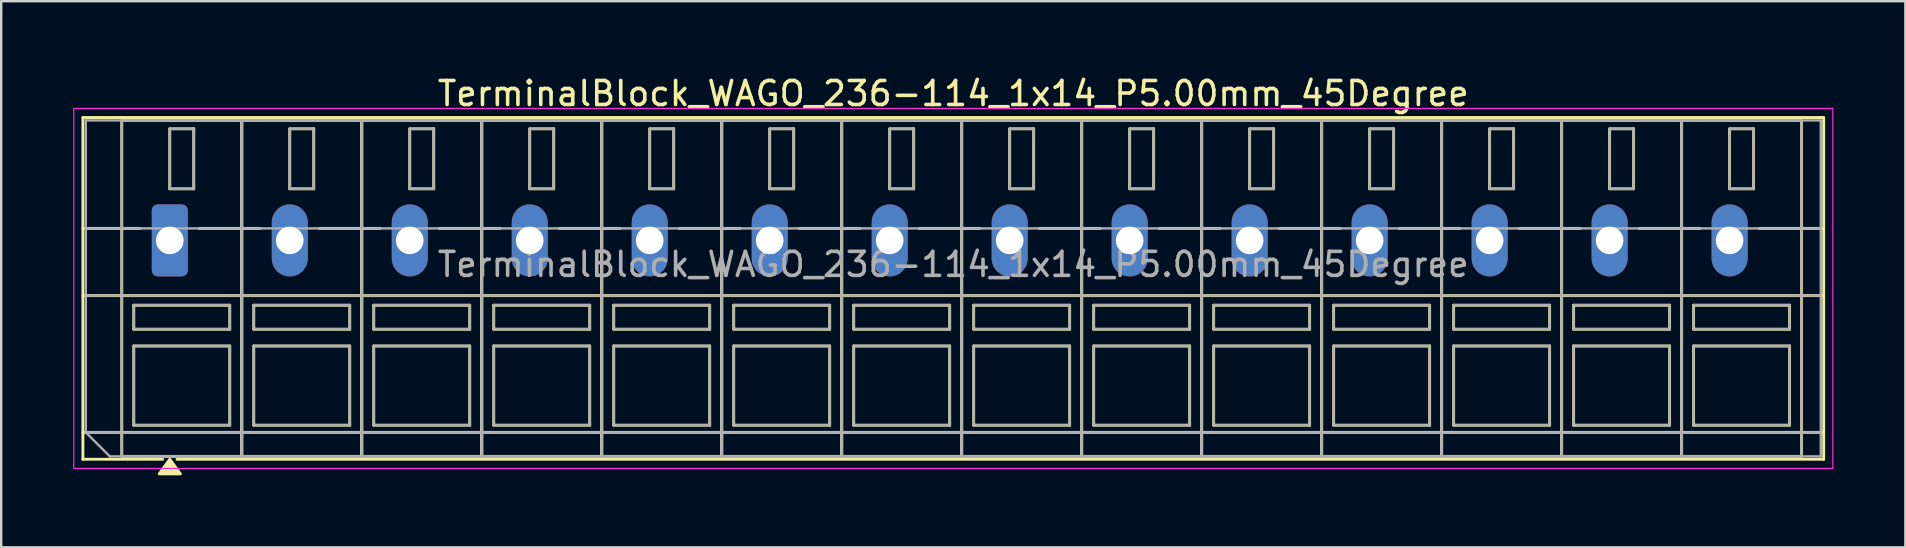
<source format=kicad_pcb>
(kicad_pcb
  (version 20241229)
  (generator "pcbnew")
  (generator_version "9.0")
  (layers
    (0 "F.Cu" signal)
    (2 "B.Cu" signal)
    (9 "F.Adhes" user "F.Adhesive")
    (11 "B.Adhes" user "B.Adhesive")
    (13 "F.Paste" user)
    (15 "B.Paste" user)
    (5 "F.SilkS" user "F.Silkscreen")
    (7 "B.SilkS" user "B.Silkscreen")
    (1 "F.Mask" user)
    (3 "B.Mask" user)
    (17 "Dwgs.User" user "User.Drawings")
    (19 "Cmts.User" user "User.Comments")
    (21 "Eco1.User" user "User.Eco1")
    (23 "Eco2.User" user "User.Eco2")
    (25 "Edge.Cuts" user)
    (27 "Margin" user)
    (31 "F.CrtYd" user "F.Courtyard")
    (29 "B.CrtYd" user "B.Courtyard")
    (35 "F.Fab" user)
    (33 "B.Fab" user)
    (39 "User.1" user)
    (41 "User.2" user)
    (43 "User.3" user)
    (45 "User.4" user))
  (footprint "TerminalBlock_WAGO_236-114_1x14_P5.00mm_45Degree"
    (layer "F.Cu")
    (at 4.025 6.968)
    (property "Reference" "TerminalBlock_WAGO_236-114_1x14_P5.00mm_45Degree" (at 32.65 -6.12 0) (layer "F.SilkS") (effects (font (size 1 1) (thickness 0.15))))
    (attr through_hole)
    (fp_line (start -3.62 -5.12) (end 68.92 -5.12) (stroke (width 0.12) (type solid)) (layer "F.SilkS"))
    (fp_line (start -3.62 -0.5) (end -1.23 -0.5) (stroke (width 0.12) (type solid)) (layer "F.SilkS"))
    (fp_line (start -3.62 2.3) (end 68.92 2.3) (stroke (width 0.12) (type solid)) (layer "F.SilkS"))
    (fp_line (start -3.62 8) (end 68.92 8) (stroke (width 0.12) (type solid)) (layer "F.SilkS"))
    (fp_line (start -3.62 9.12) (end -3.62 -5.12) (stroke (width 0.12) (type solid)) (layer "F.SilkS"))
    (fp_line (start -2 -5) (end 3 -5) (stroke (width 0.12) (type solid)) (layer "F.SilkS"))
    (fp_line (start -2 9) (end -2 -5) (stroke (width 0.12) (type solid)) (layer "F.SilkS"))
    (fp_line (start -1.5 2.7) (end 2.5 2.7) (stroke (width 0.12) (type solid)) (layer "F.SilkS"))
    (fp_line (start -1.5 3.7) (end -1.5 2.7) (stroke (width 0.12) (type solid)) (layer "F.SilkS"))
    (fp_line (start -1.5 4.4) (end 2.5 4.4) (stroke (width 0.12) (type solid)) (layer "F.SilkS"))
    (fp_line (start -1.5 7.7) (end -1.5 4.4) (stroke (width 0.12) (type solid)) (layer "F.SilkS"))
    (fp_line (start -0.3 9.12) (end -3.62 9.12) (stroke (width 0.12) (type solid)) (layer "F.SilkS"))
    (fp_line (start 0 -4.65) (end 1 -4.65) (stroke (width 0.12) (type solid)) (layer "F.SilkS"))
    (fp_line (start 0 -2.15) (end 0 -4.65) (stroke (width 0.12) (type solid)) (layer "F.SilkS"))
    (fp_line (start 1 -4.65) (end 1 -2.15) (stroke (width 0.12) (type solid)) (layer "F.SilkS"))
    (fp_line (start 1 -2.15) (end 0 -2.15) (stroke (width 0.12) (type solid)) (layer "F.SilkS"))
    (fp_line (start 1.23 -0.5) (end 3.77 -0.5) (stroke (width 0.12) (type solid)) (layer "F.SilkS"))
    (fp_line (start 2.5 2.7) (end 2.5 3.7) (stroke (width 0.12) (type solid)) (layer "F.SilkS"))
    (fp_line (start 2.5 3.7) (end -1.5 3.7) (stroke (width 0.12) (type solid)) (layer "F.SilkS"))
    (fp_line (start 2.5 4.4) (end 2.5 7.7) (stroke (width 0.12) (type solid)) (layer "F.SilkS"))
    (fp_line (start 2.5 7.7) (end -1.5 7.7) (stroke (width 0.12) (type solid)) (layer "F.SilkS"))
    (fp_line (start 3 -5) (end 3 9) (stroke (width 0.12) (type solid)) (layer "F.SilkS"))
    (fp_line (start 3 -5) (end 8 -5) (stroke (width 0.12) (type solid)) (layer "F.SilkS"))
    (fp_line (start 3 9) (end -2 9) (stroke (width 0.12) (type solid)) (layer "F.SilkS"))
    (fp_line (start 3 9) (end 3 -5) (stroke (width 0.12) (type solid)) (layer "F.SilkS"))
    (fp_line (start 3.5 2.7) (end 7.5 2.7) (stroke (width 0.12) (type solid)) (layer "F.SilkS"))
    (fp_line (start 3.5 3.7) (end 3.5 2.7) (stroke (width 0.12) (type solid)) (layer "F.SilkS"))
    (fp_line (start 3.5 4.4) (end 7.5 4.4) (stroke (width 0.12) (type solid)) (layer "F.SilkS"))
    (fp_line (start 3.5 7.7) (end 3.5 4.4) (stroke (width 0.12) (type solid)) (layer "F.SilkS"))
    (fp_line (start 5 -4.65) (end 6 -4.65) (stroke (width 0.12) (type solid)) (layer "F.SilkS"))
    (fp_line (start 5 -2.15) (end 5 -4.65) (stroke (width 0.12) (type solid)) (layer "F.SilkS"))
    (fp_line (start 6 -4.65) (end 6 -2.15) (stroke (width 0.12) (type solid)) (layer "F.SilkS"))
    (fp_line (start 6 -2.15) (end 5 -2.15) (stroke (width 0.12) (type solid)) (layer "F.SilkS"))
    (fp_line (start 6.23 -0.5) (end 8.77 -0.5) (stroke (width 0.12) (type solid)) (layer "F.SilkS"))
    (fp_line (start 7.5 2.7) (end 7.5 3.7) (stroke (width 0.12) (type solid)) (layer "F.SilkS"))
    (fp_line (start 7.5 3.7) (end 3.5 3.7) (stroke (width 0.12) (type solid)) (layer "F.SilkS"))
    (fp_line (start 7.5 4.4) (end 7.5 7.7) (stroke (width 0.12) (type solid)) (layer "F.SilkS"))
    (fp_line (start 7.5 7.7) (end 3.5 7.7) (stroke (width 0.12) (type solid)) (layer "F.SilkS"))
    (fp_line (start 8 -5) (end 8 9) (stroke (width 0.12) (type solid)) (layer "F.SilkS"))
    (fp_line (start 8 -5) (end 13 -5) (stroke (width 0.12) (type solid)) (layer "F.SilkS"))
    (fp_line (start 8 9) (end 3 9) (stroke (width 0.12) (type solid)) (layer "F.SilkS"))
    (fp_line (start 8 9) (end 8 -5) (stroke (width 0.12) (type solid)) (layer "F.SilkS"))
    (fp_line (start 8.5 2.7) (end 12.5 2.7) (stroke (width 0.12) (type solid)) (layer "F.SilkS"))
    (fp_line (start 8.5 3.7) (end 8.5 2.7) (stroke (width 0.12) (type solid)) (layer "F.SilkS"))
    (fp_line (start 8.5 4.4) (end 12.5 4.4) (stroke (width 0.12) (type solid)) (layer "F.SilkS"))
    (fp_line (start 8.5 7.7) (end 8.5 4.4) (stroke (width 0.12) (type solid)) (layer "F.SilkS"))
    (fp_line (start 10 -4.65) (end 11 -4.65) (stroke (width 0.12) (type solid)) (layer "F.SilkS"))
    (fp_line (start 10 -2.15) (end 10 -4.65) (stroke (width 0.12) (type solid)) (layer "F.SilkS"))
    (fp_line (start 11 -4.65) (end 11 -2.15) (stroke (width 0.12) (type solid)) (layer "F.SilkS"))
    (fp_line (start 11 -2.15) (end 10 -2.15) (stroke (width 0.12) (type solid)) (layer "F.SilkS"))
    (fp_line (start 11.23 -0.5) (end 13.77 -0.5) (stroke (width 0.12) (type solid)) (layer "F.SilkS"))
    (fp_line (start 12.5 2.7) (end 12.5 3.7) (stroke (width 0.12) (type solid)) (layer "F.SilkS"))
    (fp_line (start 12.5 3.7) (end 8.5 3.7) (stroke (width 0.12) (type solid)) (layer "F.SilkS"))
    (fp_line (start 12.5 4.4) (end 12.5 7.7) (stroke (width 0.12) (type solid)) (layer "F.SilkS"))
    (fp_line (start 12.5 7.7) (end 8.5 7.7) (stroke (width 0.12) (type solid)) (layer "F.SilkS"))
    (fp_line (start 13 -5) (end 13 9) (stroke (width 0.12) (type solid)) (layer "F.SilkS"))
    (fp_line (start 13 -5) (end 18 -5) (stroke (width 0.12) (type solid)) (layer "F.SilkS"))
    (fp_line (start 13 9) (end 8 9) (stroke (width 0.12) (type solid)) (layer "F.SilkS"))
    (fp_line (start 13 9) (end 13 -5) (stroke (width 0.12) (type solid)) (layer "F.SilkS"))
    (fp_line (start 13.5 2.7) (end 17.5 2.7) (stroke (width 0.12) (type solid)) (layer "F.SilkS"))
    (fp_line (start 13.5 3.7) (end 13.5 2.7) (stroke (width 0.12) (type solid)) (layer "F.SilkS"))
    (fp_line (start 13.5 4.4) (end 17.5 4.4) (stroke (width 0.12) (type solid)) (layer "F.SilkS"))
    (fp_line (start 13.5 7.7) (end 13.5 4.4) (stroke (width 0.12) (type solid)) (layer "F.SilkS"))
    (fp_line (start 15 -4.65) (end 16 -4.65) (stroke (width 0.12) (type solid)) (layer "F.SilkS"))
    (fp_line (start 15 -2.15) (end 15 -4.65) (stroke (width 0.12) (type solid)) (layer "F.SilkS"))
    (fp_line (start 16 -4.65) (end 16 -2.15) (stroke (width 0.12) (type solid)) (layer "F.SilkS"))
    (fp_line (start 16 -2.15) (end 15 -2.15) (stroke (width 0.12) (type solid)) (layer "F.SilkS"))
    (fp_line (start 16.23 -0.5) (end 18.77 -0.5) (stroke (width 0.12) (type solid)) (layer "F.SilkS"))
    (fp_line (start 17.5 2.7) (end 17.5 3.7) (stroke (width 0.12) (type solid)) (layer "F.SilkS"))
    (fp_line (start 17.5 3.7) (end 13.5 3.7) (stroke (width 0.12) (type solid)) (layer "F.SilkS"))
    (fp_line (start 17.5 4.4) (end 17.5 7.7) (stroke (width 0.12) (type solid)) (layer "F.SilkS"))
    (fp_line (start 17.5 7.7) (end 13.5 7.7) (stroke (width 0.12) (type solid)) (layer "F.SilkS"))
    (fp_line (start 18 -5) (end 18 9) (stroke (width 0.12) (type solid)) (layer "F.SilkS"))
    (fp_line (start 18 -5) (end 23 -5) (stroke (width 0.12) (type solid)) (layer "F.SilkS"))
    (fp_line (start 18 9) (end 13 9) (stroke (width 0.12) (type solid)) (layer "F.SilkS"))
    (fp_line (start 18 9) (end 18 -5) (stroke (width 0.12) (type solid)) (layer "F.SilkS"))
    (fp_line (start 18.5 2.7) (end 22.5 2.7) (stroke (width 0.12) (type solid)) (layer "F.SilkS"))
    (fp_line (start 18.5 3.7) (end 18.5 2.7) (stroke (width 0.12) (type solid)) (layer "F.SilkS"))
    (fp_line (start 18.5 4.4) (end 22.5 4.4) (stroke (width 0.12) (type solid)) (layer "F.SilkS"))
    (fp_line (start 18.5 7.7) (end 18.5 4.4) (stroke (width 0.12) (type solid)) (layer "F.SilkS"))
    (fp_line (start 20 -4.65) (end 21 -4.65) (stroke (width 0.12) (type solid)) (layer "F.SilkS"))
    (fp_line (start 20 -2.15) (end 20 -4.65) (stroke (width 0.12) (type solid)) (layer "F.SilkS"))
    (fp_line (start 21 -4.65) (end 21 -2.15) (stroke (width 0.12) (type solid)) (layer "F.SilkS"))
    (fp_line (start 21 -2.15) (end 20 -2.15) (stroke (width 0.12) (type solid)) (layer "F.SilkS"))
    (fp_line (start 21.23 -0.5) (end 23.77 -0.5) (stroke (width 0.12) (type solid)) (layer "F.SilkS"))
    (fp_line (start 22.5 2.7) (end 22.5 3.7) (stroke (width 0.12) (type solid)) (layer "F.SilkS"))
    (fp_line (start 22.5 3.7) (end 18.5 3.7) (stroke (width 0.12) (type solid)) (layer "F.SilkS"))
    (fp_line (start 22.5 4.4) (end 22.5 7.7) (stroke (width 0.12) (type solid)) (layer "F.SilkS"))
    (fp_line (start 22.5 7.7) (end 18.5 7.7) (stroke (width 0.12) (type solid)) (layer "F.SilkS"))
    (fp_line (start 23 -5) (end 23 9) (stroke (width 0.12) (type solid)) (layer "F.SilkS"))
    (fp_line (start 23 -5) (end 28 -5) (stroke (width 0.12) (type solid)) (layer "F.SilkS"))
    (fp_line (start 23 9) (end 18 9) (stroke (width 0.12) (type solid)) (layer "F.SilkS"))
    (fp_line (start 23 9) (end 23 -5) (stroke (width 0.12) (type solid)) (layer "F.SilkS"))
    (fp_line (start 23.5 2.7) (end 27.5 2.7) (stroke (width 0.12) (type solid)) (layer "F.SilkS"))
    (fp_line (start 23.5 3.7) (end 23.5 2.7) (stroke (width 0.12) (type solid)) (layer "F.SilkS"))
    (fp_line (start 23.5 4.4) (end 27.5 4.4) (stroke (width 0.12) (type solid)) (layer "F.SilkS"))
    (fp_line (start 23.5 7.7) (end 23.5 4.4) (stroke (width 0.12) (type solid)) (layer "F.SilkS"))
    (fp_line (start 25 -4.65) (end 26 -4.65) (stroke (width 0.12) (type solid)) (layer "F.SilkS"))
    (fp_line (start 25 -2.15) (end 25 -4.65) (stroke (width 0.12) (type solid)) (layer "F.SilkS"))
    (fp_line (start 26 -4.65) (end 26 -2.15) (stroke (width 0.12) (type solid)) (layer "F.SilkS"))
    (fp_line (start 26 -2.15) (end 25 -2.15) (stroke (width 0.12) (type solid)) (layer "F.SilkS"))
    (fp_line (start 26.23 -0.5) (end 28.77 -0.5) (stroke (width 0.12) (type solid)) (layer "F.SilkS"))
    (fp_line (start 27.5 2.7) (end 27.5 3.7) (stroke (width 0.12) (type solid)) (layer "F.SilkS"))
    (fp_line (start 27.5 3.7) (end 23.5 3.7) (stroke (width 0.12) (type solid)) (layer "F.SilkS"))
    (fp_line (start 27.5 4.4) (end 27.5 7.7) (stroke (width 0.12) (type solid)) (layer "F.SilkS"))
    (fp_line (start 27.5 7.7) (end 23.5 7.7) (stroke (width 0.12) (type solid)) (layer "F.SilkS"))
    (fp_line (start 28 -5) (end 28 9) (stroke (width 0.12) (type solid)) (layer "F.SilkS"))
    (fp_line (start 28 -5) (end 33 -5) (stroke (width 0.12) (type solid)) (layer "F.SilkS"))
    (fp_line (start 28 9) (end 23 9) (stroke (width 0.12) (type solid)) (layer "F.SilkS"))
    (fp_line (start 28 9) (end 28 -5) (stroke (width 0.12) (type solid)) (layer "F.SilkS"))
    (fp_line (start 28.5 2.7) (end 32.5 2.7) (stroke (width 0.12) (type solid)) (layer "F.SilkS"))
    (fp_line (start 28.5 3.7) (end 28.5 2.7) (stroke (width 0.12) (type solid)) (layer "F.SilkS"))
    (fp_line (start 28.5 4.4) (end 32.5 4.4) (stroke (width 0.12) (type solid)) (layer "F.SilkS"))
    (fp_line (start 28.5 7.7) (end 28.5 4.4) (stroke (width 0.12) (type solid)) (layer "F.SilkS"))
    (fp_line (start 30 -4.65) (end 31 -4.65) (stroke (width 0.12) (type solid)) (layer "F.SilkS"))
    (fp_line (start 30 -2.15) (end 30 -4.65) (stroke (width 0.12) (type solid)) (layer "F.SilkS"))
    (fp_line (start 31 -4.65) (end 31 -2.15) (stroke (width 0.12) (type solid)) (layer "F.SilkS"))
    (fp_line (start 31 -2.15) (end 30 -2.15) (stroke (width 0.12) (type solid)) (layer "F.SilkS"))
    (fp_line (start 31.23 -0.5) (end 33.77 -0.5) (stroke (width 0.12) (type solid)) (layer "F.SilkS"))
    (fp_line (start 32.5 2.7) (end 32.5 3.7) (stroke (width 0.12) (type solid)) (layer "F.SilkS"))
    (fp_line (start 32.5 3.7) (end 28.5 3.7) (stroke (width 0.12) (type solid)) (layer "F.SilkS"))
    (fp_line (start 32.5 4.4) (end 32.5 7.7) (stroke (width 0.12) (type solid)) (layer "F.SilkS"))
    (fp_line (start 32.5 7.7) (end 28.5 7.7) (stroke (width 0.12) (type solid)) (layer "F.SilkS"))
    (fp_line (start 33 -5) (end 33 9) (stroke (width 0.12) (type solid)) (layer "F.SilkS"))
    (fp_line (start 33 -5) (end 38 -5) (stroke (width 0.12) (type solid)) (layer "F.SilkS"))
    (fp_line (start 33 9) (end 28 9) (stroke (width 0.12) (type solid)) (layer "F.SilkS"))
    (fp_line (start 33 9) (end 33 -5) (stroke (width 0.12) (type solid)) (layer "F.SilkS"))
    (fp_line (start 33.5 2.7) (end 37.5 2.7) (stroke (width 0.12) (type solid)) (layer "F.SilkS"))
    (fp_line (start 33.5 3.7) (end 33.5 2.7) (stroke (width 0.12) (type solid)) (layer "F.SilkS"))
    (fp_line (start 33.5 4.4) (end 37.5 4.4) (stroke (width 0.12) (type solid)) (layer "F.SilkS"))
    (fp_line (start 33.5 7.7) (end 33.5 4.4) (stroke (width 0.12) (type solid)) (layer "F.SilkS"))
    (fp_line (start 35 -4.65) (end 36 -4.65) (stroke (width 0.12) (type solid)) (layer "F.SilkS"))
    (fp_line (start 35 -2.15) (end 35 -4.65) (stroke (width 0.12) (type solid)) (layer "F.SilkS"))
    (fp_line (start 36 -4.65) (end 36 -2.15) (stroke (width 0.12) (type solid)) (layer "F.SilkS"))
    (fp_line (start 36 -2.15) (end 35 -2.15) (stroke (width 0.12) (type solid)) (layer "F.SilkS"))
    (fp_line (start 36.23 -0.5) (end 38.77 -0.5) (stroke (width 0.12) (type solid)) (layer "F.SilkS"))
    (fp_line (start 37.5 2.7) (end 37.5 3.7) (stroke (width 0.12) (type solid)) (layer "F.SilkS"))
    (fp_line (start 37.5 3.7) (end 33.5 3.7) (stroke (width 0.12) (type solid)) (layer "F.SilkS"))
    (fp_line (start 37.5 4.4) (end 37.5 7.7) (stroke (width 0.12) (type solid)) (layer "F.SilkS"))
    (fp_line (start 37.5 7.7) (end 33.5 7.7) (stroke (width 0.12) (type solid)) (layer "F.SilkS"))
    (fp_line (start 38 -5) (end 38 9) (stroke (width 0.12) (type solid)) (layer "F.SilkS"))
    (fp_line (start 38 -5) (end 43 -5) (stroke (width 0.12) (type solid)) (layer "F.SilkS"))
    (fp_line (start 38 9) (end 33 9) (stroke (width 0.12) (type solid)) (layer "F.SilkS"))
    (fp_line (start 38 9) (end 38 -5) (stroke (width 0.12) (type solid)) (layer "F.SilkS"))
    (fp_line (start 38.5 2.7) (end 42.5 2.7) (stroke (width 0.12) (type solid)) (layer "F.SilkS"))
    (fp_line (start 38.5 3.7) (end 38.5 2.7) (stroke (width 0.12) (type solid)) (layer "F.SilkS"))
    (fp_line (start 38.5 4.4) (end 42.5 4.4) (stroke (width 0.12) (type solid)) (layer "F.SilkS"))
    (fp_line (start 38.5 7.7) (end 38.5 4.4) (stroke (width 0.12) (type solid)) (layer "F.SilkS"))
    (fp_line (start 40 -4.65) (end 41 -4.65) (stroke (width 0.12) (type solid)) (layer "F.SilkS"))
    (fp_line (start 40 -2.15) (end 40 -4.65) (stroke (width 0.12) (type solid)) (layer "F.SilkS"))
    (fp_line (start 41 -4.65) (end 41 -2.15) (stroke (width 0.12) (type solid)) (layer "F.SilkS"))
    (fp_line (start 41 -2.15) (end 40 -2.15) (stroke (width 0.12) (type solid)) (layer "F.SilkS"))
    (fp_line (start 41.23 -0.5) (end 43.77 -0.5) (stroke (width 0.12) (type solid)) (layer "F.SilkS"))
    (fp_line (start 42.5 2.7) (end 42.5 3.7) (stroke (width 0.12) (type solid)) (layer "F.SilkS"))
    (fp_line (start 42.5 3.7) (end 38.5 3.7) (stroke (width 0.12) (type solid)) (layer "F.SilkS"))
    (fp_line (start 42.5 4.4) (end 42.5 7.7) (stroke (width 0.12) (type solid)) (layer "F.SilkS"))
    (fp_line (start 42.5 7.7) (end 38.5 7.7) (stroke (width 0.12) (type solid)) (layer "F.SilkS"))
    (fp_line (start 43 -5) (end 43 9) (stroke (width 0.12) (type solid)) (layer "F.SilkS"))
    (fp_line (start 43 -5) (end 48 -5) (stroke (width 0.12) (type solid)) (layer "F.SilkS"))
    (fp_line (start 43 9) (end 38 9) (stroke (width 0.12) (type solid)) (layer "F.SilkS"))
    (fp_line (start 43 9) (end 43 -5) (stroke (width 0.12) (type solid)) (layer "F.SilkS"))
    (fp_line (start 43.5 2.7) (end 47.5 2.7) (stroke (width 0.12) (type solid)) (layer "F.SilkS"))
    (fp_line (start 43.5 3.7) (end 43.5 2.7) (stroke (width 0.12) (type solid)) (layer "F.SilkS"))
    (fp_line (start 43.5 4.4) (end 47.5 4.4) (stroke (width 0.12) (type solid)) (layer "F.SilkS"))
    (fp_line (start 43.5 7.7) (end 43.5 4.4) (stroke (width 0.12) (type solid)) (layer "F.SilkS"))
    (fp_line (start 45 -4.65) (end 46 -4.65) (stroke (width 0.12) (type solid)) (layer "F.SilkS"))
    (fp_line (start 45 -2.15) (end 45 -4.65) (stroke (width 0.12) (type solid)) (layer "F.SilkS"))
    (fp_line (start 46 -4.65) (end 46 -2.15) (stroke (width 0.12) (type solid)) (layer "F.SilkS"))
    (fp_line (start 46 -2.15) (end 45 -2.15) (stroke (width 0.12) (type solid)) (layer "F.SilkS"))
    (fp_line (start 46.23 -0.5) (end 48.77 -0.5) (stroke (width 0.12) (type solid)) (layer "F.SilkS"))
    (fp_line (start 47.5 2.7) (end 47.5 3.7) (stroke (width 0.12) (type solid)) (layer "F.SilkS"))
    (fp_line (start 47.5 3.7) (end 43.5 3.7) (stroke (width 0.12) (type solid)) (layer "F.SilkS"))
    (fp_line (start 47.5 4.4) (end 47.5 7.7) (stroke (width 0.12) (type solid)) (layer "F.SilkS"))
    (fp_line (start 47.5 7.7) (end 43.5 7.7) (stroke (width 0.12) (type solid)) (layer "F.SilkS"))
    (fp_line (start 48 -5) (end 48 9) (stroke (width 0.12) (type solid)) (layer "F.SilkS"))
    (fp_line (start 48 -5) (end 53 -5) (stroke (width 0.12) (type solid)) (layer "F.SilkS"))
    (fp_line (start 48 9) (end 43 9) (stroke (width 0.12) (type solid)) (layer "F.SilkS"))
    (fp_line (start 48 9) (end 48 -5) (stroke (width 0.12) (type solid)) (layer "F.SilkS"))
    (fp_line (start 48.5 2.7) (end 52.5 2.7) (stroke (width 0.12) (type solid)) (layer "F.SilkS"))
    (fp_line (start 48.5 3.7) (end 48.5 2.7) (stroke (width 0.12) (type solid)) (layer "F.SilkS"))
    (fp_line (start 48.5 4.4) (end 52.5 4.4) (stroke (width 0.12) (type solid)) (layer "F.SilkS"))
    (fp_line (start 48.5 7.7) (end 48.5 4.4) (stroke (width 0.12) (type solid)) (layer "F.SilkS"))
    (fp_line (start 50 -4.65) (end 51 -4.65) (stroke (width 0.12) (type solid)) (layer "F.SilkS"))
    (fp_line (start 50 -2.15) (end 50 -4.65) (stroke (width 0.12) (type solid)) (layer "F.SilkS"))
    (fp_line (start 51 -4.65) (end 51 -2.15) (stroke (width 0.12) (type solid)) (layer "F.SilkS"))
    (fp_line (start 51 -2.15) (end 50 -2.15) (stroke (width 0.12) (type solid)) (layer "F.SilkS"))
    (fp_line (start 51.23 -0.5) (end 53.77 -0.5) (stroke (width 0.12) (type solid)) (layer "F.SilkS"))
    (fp_line (start 52.5 2.7) (end 52.5 3.7) (stroke (width 0.12) (type solid)) (layer "F.SilkS"))
    (fp_line (start 52.5 3.7) (end 48.5 3.7) (stroke (width 0.12) (type solid)) (layer "F.SilkS"))
    (fp_line (start 52.5 4.4) (end 52.5 7.7) (stroke (width 0.12) (type solid)) (layer "F.SilkS"))
    (fp_line (start 52.5 7.7) (end 48.5 7.7) (stroke (width 0.12) (type solid)) (layer "F.SilkS"))
    (fp_line (start 53 -5) (end 53 9) (stroke (width 0.12) (type solid)) (layer "F.SilkS"))
    (fp_line (start 53 -5) (end 58 -5) (stroke (width 0.12) (type solid)) (layer "F.SilkS"))
    (fp_line (start 53 9) (end 48 9) (stroke (width 0.12) (type solid)) (layer "F.SilkS"))
    (fp_line (start 53 9) (end 53 -5) (stroke (width 0.12) (type solid)) (layer "F.SilkS"))
    (fp_line (start 53.5 2.7) (end 57.5 2.7) (stroke (width 0.12) (type solid)) (layer "F.SilkS"))
    (fp_line (start 53.5 3.7) (end 53.5 2.7) (stroke (width 0.12) (type solid)) (layer "F.SilkS"))
    (fp_line (start 53.5 4.4) (end 57.5 4.4) (stroke (width 0.12) (type solid)) (layer "F.SilkS"))
    (fp_line (start 53.5 7.7) (end 53.5 4.4) (stroke (width 0.12) (type solid)) (layer "F.SilkS"))
    (fp_line (start 55 -4.65) (end 56 -4.65) (stroke (width 0.12) (type solid)) (layer "F.SilkS"))
    (fp_line (start 55 -2.15) (end 55 -4.65) (stroke (width 0.12) (type solid)) (layer "F.SilkS"))
    (fp_line (start 56 -4.65) (end 56 -2.15) (stroke (width 0.12) (type solid)) (layer "F.SilkS"))
    (fp_line (start 56 -2.15) (end 55 -2.15) (stroke (width 0.12) (type solid)) (layer "F.SilkS"))
    (fp_line (start 56.23 -0.5) (end 58.77 -0.5) (stroke (width 0.12) (type solid)) (layer "F.SilkS"))
    (fp_line (start 57.5 2.7) (end 57.5 3.7) (stroke (width 0.12) (type solid)) (layer "F.SilkS"))
    (fp_line (start 57.5 3.7) (end 53.5 3.7) (stroke (width 0.12) (type solid)) (layer "F.SilkS"))
    (fp_line (start 57.5 4.4) (end 57.5 7.7) (stroke (width 0.12) (type solid)) (layer "F.SilkS"))
    (fp_line (start 57.5 7.7) (end 53.5 7.7) (stroke (width 0.12) (type solid)) (layer "F.SilkS"))
    (fp_line (start 58 -5) (end 58 9) (stroke (width 0.12) (type solid)) (layer "F.SilkS"))
    (fp_line (start 58 -5) (end 63 -5) (stroke (width 0.12) (type solid)) (layer "F.SilkS"))
    (fp_line (start 58 9) (end 53 9) (stroke (width 0.12) (type solid)) (layer "F.SilkS"))
    (fp_line (start 58 9) (end 58 -5) (stroke (width 0.12) (type solid)) (layer "F.SilkS"))
    (fp_line (start 58.5 2.7) (end 62.5 2.7) (stroke (width 0.12) (type solid)) (layer "F.SilkS"))
    (fp_line (start 58.5 3.7) (end 58.5 2.7) (stroke (width 0.12) (type solid)) (layer "F.SilkS"))
    (fp_line (start 58.5 4.4) (end 62.5 4.4) (stroke (width 0.12) (type solid)) (layer "F.SilkS"))
    (fp_line (start 58.5 7.7) (end 58.5 4.4) (stroke (width 0.12) (type solid)) (layer "F.SilkS"))
    (fp_line (start 60 -4.65) (end 61 -4.65) (stroke (width 0.12) (type solid)) (layer "F.SilkS"))
    (fp_line (start 60 -2.15) (end 60 -4.65) (stroke (width 0.12) (type solid)) (layer "F.SilkS"))
    (fp_line (start 61 -4.65) (end 61 -2.15) (stroke (width 0.12) (type solid)) (layer "F.SilkS"))
    (fp_line (start 61 -2.15) (end 60 -2.15) (stroke (width 0.12) (type solid)) (layer "F.SilkS"))
    (fp_line (start 61.23 -0.5) (end 63.77 -0.5) (stroke (width 0.12) (type solid)) (layer "F.SilkS"))
    (fp_line (start 62.5 2.7) (end 62.5 3.7) (stroke (width 0.12) (type solid)) (layer "F.SilkS"))
    (fp_line (start 62.5 3.7) (end 58.5 3.7) (stroke (width 0.12) (type solid)) (layer "F.SilkS"))
    (fp_line (start 62.5 4.4) (end 62.5 7.7) (stroke (width 0.12) (type solid)) (layer "F.SilkS"))
    (fp_line (start 62.5 7.7) (end 58.5 7.7) (stroke (width 0.12) (type solid)) (layer "F.SilkS"))
    (fp_line (start 63 -5) (end 63 9) (stroke (width 0.12) (type solid)) (layer "F.SilkS"))
    (fp_line (start 63 -5) (end 68 -5) (stroke (width 0.12) (type solid)) (layer "F.SilkS"))
    (fp_line (start 63 9) (end 58 9) (stroke (width 0.12) (type solid)) (layer "F.SilkS"))
    (fp_line (start 63 9) (end 63 -5) (stroke (width 0.12) (type solid)) (layer "F.SilkS"))
    (fp_line (start 63.5 2.7) (end 67.5 2.7) (stroke (width 0.12) (type solid)) (layer "F.SilkS"))
    (fp_line (start 63.5 3.7) (end 63.5 2.7) (stroke (width 0.12) (type solid)) (layer "F.SilkS"))
    (fp_line (start 63.5 4.4) (end 67.5 4.4) (stroke (width 0.12) (type solid)) (layer "F.SilkS"))
    (fp_line (start 63.5 7.7) (end 63.5 4.4) (stroke (width 0.12) (type solid)) (layer "F.SilkS"))
    (fp_line (start 65 -4.65) (end 66 -4.65) (stroke (width 0.12) (type solid)) (layer "F.SilkS"))
    (fp_line (start 65 -2.15) (end 65 -4.65) (stroke (width 0.12) (type solid)) (layer "F.SilkS"))
    (fp_line (start 66 -4.65) (end 66 -2.15) (stroke (width 0.12) (type solid)) (layer "F.SilkS"))
    (fp_line (start 66 -2.15) (end 65 -2.15) (stroke (width 0.12) (type solid)) (layer "F.SilkS"))
    (fp_line (start 66.23 -0.5) (end 68.92 -0.5) (stroke (width 0.12) (type solid)) (layer "F.SilkS"))
    (fp_line (start 67.5 2.7) (end 67.5 3.7) (stroke (width 0.12) (type solid)) (layer "F.SilkS"))
    (fp_line (start 67.5 3.7) (end 63.5 3.7) (stroke (width 0.12) (type solid)) (layer "F.SilkS"))
    (fp_line (start 67.5 4.4) (end 67.5 7.7) (stroke (width 0.12) (type solid)) (layer "F.SilkS"))
    (fp_line (start 67.5 7.7) (end 63.5 7.7) (stroke (width 0.12) (type solid)) (layer "F.SilkS"))
    (fp_line (start 68 -5) (end 68 9) (stroke (width 0.12) (type solid)) (layer "F.SilkS"))
    (fp_line (start 68 9) (end 63 9) (stroke (width 0.12) (type solid)) (layer "F.SilkS"))
    (fp_line (start 68.92 -5.12) (end 68.92 9.12) (stroke (width 0.12) (type solid)) (layer "F.SilkS"))
    (fp_line (start 68.92 9.12) (end 0.3 9.12) (stroke (width 0.12) (type solid)) (layer "F.SilkS"))
    (fp_poly (pts (xy 0 9.12) (xy 0.44 9.73) (xy -0.44 9.73)) (stroke (width 0.12) (type solid)) (fill yes) (layer "F.SilkS"))
    (fp_line (start -4 -5.5) (end -4 9.5) (stroke (width 0.05) (type solid)) (layer "F.CrtYd"))
    (fp_line (start -4 9.5) (end 69.3 9.5) (stroke (width 0.05) (type solid)) (layer "F.CrtYd"))
    (fp_line (start 69.3 -5.5) (end -4 -5.5) (stroke (width 0.05) (type solid)) (layer "F.CrtYd"))
    (fp_line (start 69.3 9.5) (end 69.3 -5.5) (stroke (width 0.05) (type solid)) (layer "F.CrtYd"))
    (fp_line (start -3.5 -5) (end 68.8 -5) (stroke (width 0.1) (type solid)) (layer "F.Fab"))
    (fp_line (start -3.5 -0.5) (end 68.8 -0.5) (stroke (width 0.1) (type solid)) (layer "F.Fab"))
    (fp_line (start -3.5 2.3) (end 68.8 2.3) (stroke (width 0.1) (type solid)) (layer "F.Fab"))
    (fp_line (start -3.5 8) (end -3.5 -5) (stroke (width 0.1) (type solid)) (layer "F.Fab"))
    (fp_line (start -3.5 8) (end 68.8 8) (stroke (width 0.1) (type solid)) (layer "F.Fab"))
    (fp_line (start -2.5 9) (end -3.5 8) (stroke (width 0.1) (type solid)) (layer "F.Fab"))
    (fp_line (start -2 -5) (end -2 9) (stroke (width 0.1) (type solid)) (layer "F.Fab"))
    (fp_line (start -2 9) (end 3 9) (stroke (width 0.1) (type solid)) (layer "F.Fab"))
    (fp_line (start -1.5 2.7) (end -1.5 3.7) (stroke (width 0.1) (type solid)) (layer "F.Fab"))
    (fp_line (start -1.5 3.7) (end 2.5 3.7) (stroke (width 0.1) (type solid)) (layer "F.Fab"))
    (fp_line (start -1.5 4.4) (end -1.5 7.7) (stroke (width 0.1) (type solid)) (layer "F.Fab"))
    (fp_line (start -1.5 7.7) (end 2.5 7.7) (stroke (width 0.1) (type solid)) (layer "F.Fab"))
    (fp_line (start 0 -4.65) (end 0 -2.15) (stroke (width 0.1) (type solid)) (layer "F.Fab"))
    (fp_line (start 0 -2.15) (end 1 -2.15) (stroke (width 0.1) (type solid)) (layer "F.Fab"))
    (fp_line (start 1 -4.65) (end 0 -4.65) (stroke (width 0.1) (type solid)) (layer "F.Fab"))
    (fp_line (start 1 -2.15) (end 1 -4.65) (stroke (width 0.1) (type solid)) (layer "F.Fab"))
    (fp_line (start 2.5 2.7) (end -1.5 2.7) (stroke (width 0.1) (type solid)) (layer "F.Fab"))
    (fp_line (start 2.5 3.7) (end 2.5 2.7) (stroke (width 0.1) (type solid)) (layer "F.Fab"))
    (fp_line (start 2.5 4.4) (end -1.5 4.4) (stroke (width 0.1) (type solid)) (layer "F.Fab"))
    (fp_line (start 2.5 7.7) (end 2.5 4.4) (stroke (width 0.1) (type solid)) (layer "F.Fab"))
    (fp_line (start 3 -5) (end -2 -5) (stroke (width 0.1) (type solid)) (layer "F.Fab"))
    (fp_line (start 3 -5) (end 3 9) (stroke (width 0.1) (type solid)) (layer "F.Fab"))
    (fp_line (start 3 9) (end 3 -5) (stroke (width 0.1) (type solid)) (layer "F.Fab"))
    (fp_line (start 3 9) (end 8 9) (stroke (width 0.1) (type solid)) (layer "F.Fab"))
    (fp_line (start 3.5 2.7) (end 3.5 3.7) (stroke (width 0.1) (type solid)) (layer "F.Fab"))
    (fp_line (start 3.5 3.7) (end 7.5 3.7) (stroke (width 0.1) (type solid)) (layer "F.Fab"))
    (fp_line (start 3.5 4.4) (end 3.5 7.7) (stroke (width 0.1) (type solid)) (layer "F.Fab"))
    (fp_line (start 3.5 7.7) (end 7.5 7.7) (stroke (width 0.1) (type solid)) (layer "F.Fab"))
    (fp_line (start 5 -4.65) (end 5 -2.15) (stroke (width 0.1) (type solid)) (layer "F.Fab"))
    (fp_line (start 5 -2.15) (end 6 -2.15) (stroke (width 0.1) (type solid)) (layer "F.Fab"))
    (fp_line (start 6 -4.65) (end 5 -4.65) (stroke (width 0.1) (type solid)) (layer "F.Fab"))
    (fp_line (start 6 -2.15) (end 6 -4.65) (stroke (width 0.1) (type solid)) (layer "F.Fab"))
    (fp_line (start 7.5 2.7) (end 3.5 2.7) (stroke (width 0.1) (type solid)) (layer "F.Fab"))
    (fp_line (start 7.5 3.7) (end 7.5 2.7) (stroke (width 0.1) (type solid)) (layer "F.Fab"))
    (fp_line (start 7.5 4.4) (end 3.5 4.4) (stroke (width 0.1) (type solid)) (layer "F.Fab"))
    (fp_line (start 7.5 7.7) (end 7.5 4.4) (stroke (width 0.1) (type solid)) (layer "F.Fab"))
    (fp_line (start 8 -5) (end 3 -5) (stroke (width 0.1) (type solid)) (layer "F.Fab"))
    (fp_line (start 8 -5) (end 8 9) (stroke (width 0.1) (type solid)) (layer "F.Fab"))
    (fp_line (start 8 9) (end 8 -5) (stroke (width 0.1) (type solid)) (layer "F.Fab"))
    (fp_line (start 8 9) (end 13 9) (stroke (width 0.1) (type solid)) (layer "F.Fab"))
    (fp_line (start 8.5 2.7) (end 8.5 3.7) (stroke (width 0.1) (type solid)) (layer "F.Fab"))
    (fp_line (start 8.5 3.7) (end 12.5 3.7) (stroke (width 0.1) (type solid)) (layer "F.Fab"))
    (fp_line (start 8.5 4.4) (end 8.5 7.7) (stroke (width 0.1) (type solid)) (layer "F.Fab"))
    (fp_line (start 8.5 7.7) (end 12.5 7.7) (stroke (width 0.1) (type solid)) (layer "F.Fab"))
    (fp_line (start 10 -4.65) (end 10 -2.15) (stroke (width 0.1) (type solid)) (layer "F.Fab"))
    (fp_line (start 10 -2.15) (end 11 -2.15) (stroke (width 0.1) (type solid)) (layer "F.Fab"))
    (fp_line (start 11 -4.65) (end 10 -4.65) (stroke (width 0.1) (type solid)) (layer "F.Fab"))
    (fp_line (start 11 -2.15) (end 11 -4.65) (stroke (width 0.1) (type solid)) (layer "F.Fab"))
    (fp_line (start 12.5 2.7) (end 8.5 2.7) (stroke (width 0.1) (type solid)) (layer "F.Fab"))
    (fp_line (start 12.5 3.7) (end 12.5 2.7) (stroke (width 0.1) (type solid)) (layer "F.Fab"))
    (fp_line (start 12.5 4.4) (end 8.5 4.4) (stroke (width 0.1) (type solid)) (layer "F.Fab"))
    (fp_line (start 12.5 7.7) (end 12.5 4.4) (stroke (width 0.1) (type solid)) (layer "F.Fab"))
    (fp_line (start 13 -5) (end 8 -5) (stroke (width 0.1) (type solid)) (layer "F.Fab"))
    (fp_line (start 13 -5) (end 13 9) (stroke (width 0.1) (type solid)) (layer "F.Fab"))
    (fp_line (start 13 9) (end 13 -5) (stroke (width 0.1) (type solid)) (layer "F.Fab"))
    (fp_line (start 13 9) (end 18 9) (stroke (width 0.1) (type solid)) (layer "F.Fab"))
    (fp_line (start 13.5 2.7) (end 13.5 3.7) (stroke (width 0.1) (type solid)) (layer "F.Fab"))
    (fp_line (start 13.5 3.7) (end 17.5 3.7) (stroke (width 0.1) (type solid)) (layer "F.Fab"))
    (fp_line (start 13.5 4.4) (end 13.5 7.7) (stroke (width 0.1) (type solid)) (layer "F.Fab"))
    (fp_line (start 13.5 7.7) (end 17.5 7.7) (stroke (width 0.1) (type solid)) (layer "F.Fab"))
    (fp_line (start 15 -4.65) (end 15 -2.15) (stroke (width 0.1) (type solid)) (layer "F.Fab"))
    (fp_line (start 15 -2.15) (end 16 -2.15) (stroke (width 0.1) (type solid)) (layer "F.Fab"))
    (fp_line (start 16 -4.65) (end 15 -4.65) (stroke (width 0.1) (type solid)) (layer "F.Fab"))
    (fp_line (start 16 -2.15) (end 16 -4.65) (stroke (width 0.1) (type solid)) (layer "F.Fab"))
    (fp_line (start 17.5 2.7) (end 13.5 2.7) (stroke (width 0.1) (type solid)) (layer "F.Fab"))
    (fp_line (start 17.5 3.7) (end 17.5 2.7) (stroke (width 0.1) (type solid)) (layer "F.Fab"))
    (fp_line (start 17.5 4.4) (end 13.5 4.4) (stroke (width 0.1) (type solid)) (layer "F.Fab"))
    (fp_line (start 17.5 7.7) (end 17.5 4.4) (stroke (width 0.1) (type solid)) (layer "F.Fab"))
    (fp_line (start 18 -5) (end 13 -5) (stroke (width 0.1) (type solid)) (layer "F.Fab"))
    (fp_line (start 18 -5) (end 18 9) (stroke (width 0.1) (type solid)) (layer "F.Fab"))
    (fp_line (start 18 9) (end 18 -5) (stroke (width 0.1) (type solid)) (layer "F.Fab"))
    (fp_line (start 18 9) (end 23 9) (stroke (width 0.1) (type solid)) (layer "F.Fab"))
    (fp_line (start 18.5 2.7) (end 18.5 3.7) (stroke (width 0.1) (type solid)) (layer "F.Fab"))
    (fp_line (start 18.5 3.7) (end 22.5 3.7) (stroke (width 0.1) (type solid)) (layer "F.Fab"))
    (fp_line (start 18.5 4.4) (end 18.5 7.7) (stroke (width 0.1) (type solid)) (layer "F.Fab"))
    (fp_line (start 18.5 7.7) (end 22.5 7.7) (stroke (width 0.1) (type solid)) (layer "F.Fab"))
    (fp_line (start 20 -4.65) (end 20 -2.15) (stroke (width 0.1) (type solid)) (layer "F.Fab"))
    (fp_line (start 20 -2.15) (end 21 -2.15) (stroke (width 0.1) (type solid)) (layer "F.Fab"))
    (fp_line (start 21 -4.65) (end 20 -4.65) (stroke (width 0.1) (type solid)) (layer "F.Fab"))
    (fp_line (start 21 -2.15) (end 21 -4.65) (stroke (width 0.1) (type solid)) (layer "F.Fab"))
    (fp_line (start 22.5 2.7) (end 18.5 2.7) (stroke (width 0.1) (type solid)) (layer "F.Fab"))
    (fp_line (start 22.5 3.7) (end 22.5 2.7) (stroke (width 0.1) (type solid)) (layer "F.Fab"))
    (fp_line (start 22.5 4.4) (end 18.5 4.4) (stroke (width 0.1) (type solid)) (layer "F.Fab"))
    (fp_line (start 22.5 7.7) (end 22.5 4.4) (stroke (width 0.1) (type solid)) (layer "F.Fab"))
    (fp_line (start 23 -5) (end 18 -5) (stroke (width 0.1) (type solid)) (layer "F.Fab"))
    (fp_line (start 23 -5) (end 23 9) (stroke (width 0.1) (type solid)) (layer "F.Fab"))
    (fp_line (start 23 9) (end 23 -5) (stroke (width 0.1) (type solid)) (layer "F.Fab"))
    (fp_line (start 23 9) (end 28 9) (stroke (width 0.1) (type solid)) (layer "F.Fab"))
    (fp_line (start 23.5 2.7) (end 23.5 3.7) (stroke (width 0.1) (type solid)) (layer "F.Fab"))
    (fp_line (start 23.5 3.7) (end 27.5 3.7) (stroke (width 0.1) (type solid)) (layer "F.Fab"))
    (fp_line (start 23.5 4.4) (end 23.5 7.7) (stroke (width 0.1) (type solid)) (layer "F.Fab"))
    (fp_line (start 23.5 7.7) (end 27.5 7.7) (stroke (width 0.1) (type solid)) (layer "F.Fab"))
    (fp_line (start 25 -4.65) (end 25 -2.15) (stroke (width 0.1) (type solid)) (layer "F.Fab"))
    (fp_line (start 25 -2.15) (end 26 -2.15) (stroke (width 0.1) (type solid)) (layer "F.Fab"))
    (fp_line (start 26 -4.65) (end 25 -4.65) (stroke (width 0.1) (type solid)) (layer "F.Fab"))
    (fp_line (start 26 -2.15) (end 26 -4.65) (stroke (width 0.1) (type solid)) (layer "F.Fab"))
    (fp_line (start 27.5 2.7) (end 23.5 2.7) (stroke (width 0.1) (type solid)) (layer "F.Fab"))
    (fp_line (start 27.5 3.7) (end 27.5 2.7) (stroke (width 0.1) (type solid)) (layer "F.Fab"))
    (fp_line (start 27.5 4.4) (end 23.5 4.4) (stroke (width 0.1) (type solid)) (layer "F.Fab"))
    (fp_line (start 27.5 7.7) (end 27.5 4.4) (stroke (width 0.1) (type solid)) (layer "F.Fab"))
    (fp_line (start 28 -5) (end 23 -5) (stroke (width 0.1) (type solid)) (layer "F.Fab"))
    (fp_line (start 28 -5) (end 28 9) (stroke (width 0.1) (type solid)) (layer "F.Fab"))
    (fp_line (start 28 9) (end 28 -5) (stroke (width 0.1) (type solid)) (layer "F.Fab"))
    (fp_line (start 28 9) (end 33 9) (stroke (width 0.1) (type solid)) (layer "F.Fab"))
    (fp_line (start 28.5 2.7) (end 28.5 3.7) (stroke (width 0.1) (type solid)) (layer "F.Fab"))
    (fp_line (start 28.5 3.7) (end 32.5 3.7) (stroke (width 0.1) (type solid)) (layer "F.Fab"))
    (fp_line (start 28.5 4.4) (end 28.5 7.7) (stroke (width 0.1) (type solid)) (layer "F.Fab"))
    (fp_line (start 28.5 7.7) (end 32.5 7.7) (stroke (width 0.1) (type solid)) (layer "F.Fab"))
    (fp_line (start 30 -4.65) (end 30 -2.15) (stroke (width 0.1) (type solid)) (layer "F.Fab"))
    (fp_line (start 30 -2.15) (end 31 -2.15) (stroke (width 0.1) (type solid)) (layer "F.Fab"))
    (fp_line (start 31 -4.65) (end 30 -4.65) (stroke (width 0.1) (type solid)) (layer "F.Fab"))
    (fp_line (start 31 -2.15) (end 31 -4.65) (stroke (width 0.1) (type solid)) (layer "F.Fab"))
    (fp_line (start 32.5 2.7) (end 28.5 2.7) (stroke (width 0.1) (type solid)) (layer "F.Fab"))
    (fp_line (start 32.5 3.7) (end 32.5 2.7) (stroke (width 0.1) (type solid)) (layer "F.Fab"))
    (fp_line (start 32.5 4.4) (end 28.5 4.4) (stroke (width 0.1) (type solid)) (layer "F.Fab"))
    (fp_line (start 32.5 7.7) (end 32.5 4.4) (stroke (width 0.1) (type solid)) (layer "F.Fab"))
    (fp_line (start 33 -5) (end 28 -5) (stroke (width 0.1) (type solid)) (layer "F.Fab"))
    (fp_line (start 33 -5) (end 33 9) (stroke (width 0.1) (type solid)) (layer "F.Fab"))
    (fp_line (start 33 9) (end 33 -5) (stroke (width 0.1) (type solid)) (layer "F.Fab"))
    (fp_line (start 33 9) (end 38 9) (stroke (width 0.1) (type solid)) (layer "F.Fab"))
    (fp_line (start 33.5 2.7) (end 33.5 3.7) (stroke (width 0.1) (type solid)) (layer "F.Fab"))
    (fp_line (start 33.5 3.7) (end 37.5 3.7) (stroke (width 0.1) (type solid)) (layer "F.Fab"))
    (fp_line (start 33.5 4.4) (end 33.5 7.7) (stroke (width 0.1) (type solid)) (layer "F.Fab"))
    (fp_line (start 33.5 7.7) (end 37.5 7.7) (stroke (width 0.1) (type solid)) (layer "F.Fab"))
    (fp_line (start 35 -4.65) (end 35 -2.15) (stroke (width 0.1) (type solid)) (layer "F.Fab"))
    (fp_line (start 35 -2.15) (end 36 -2.15) (stroke (width 0.1) (type solid)) (layer "F.Fab"))
    (fp_line (start 36 -4.65) (end 35 -4.65) (stroke (width 0.1) (type solid)) (layer "F.Fab"))
    (fp_line (start 36 -2.15) (end 36 -4.65) (stroke (width 0.1) (type solid)) (layer "F.Fab"))
    (fp_line (start 37.5 2.7) (end 33.5 2.7) (stroke (width 0.1) (type solid)) (layer "F.Fab"))
    (fp_line (start 37.5 3.7) (end 37.5 2.7) (stroke (width 0.1) (type solid)) (layer "F.Fab"))
    (fp_line (start 37.5 4.4) (end 33.5 4.4) (stroke (width 0.1) (type solid)) (layer "F.Fab"))
    (fp_line (start 37.5 7.7) (end 37.5 4.4) (stroke (width 0.1) (type solid)) (layer "F.Fab"))
    (fp_line (start 38 -5) (end 33 -5) (stroke (width 0.1) (type solid)) (layer "F.Fab"))
    (fp_line (start 38 -5) (end 38 9) (stroke (width 0.1) (type solid)) (layer "F.Fab"))
    (fp_line (start 38 9) (end 38 -5) (stroke (width 0.1) (type solid)) (layer "F.Fab"))
    (fp_line (start 38 9) (end 43 9) (stroke (width 0.1) (type solid)) (layer "F.Fab"))
    (fp_line (start 38.5 2.7) (end 38.5 3.7) (stroke (width 0.1) (type solid)) (layer "F.Fab"))
    (fp_line (start 38.5 3.7) (end 42.5 3.7) (stroke (width 0.1) (type solid)) (layer "F.Fab"))
    (fp_line (start 38.5 4.4) (end 38.5 7.7) (stroke (width 0.1) (type solid)) (layer "F.Fab"))
    (fp_line (start 38.5 7.7) (end 42.5 7.7) (stroke (width 0.1) (type solid)) (layer "F.Fab"))
    (fp_line (start 40 -4.65) (end 40 -2.15) (stroke (width 0.1) (type solid)) (layer "F.Fab"))
    (fp_line (start 40 -2.15) (end 41 -2.15) (stroke (width 0.1) (type solid)) (layer "F.Fab"))
    (fp_line (start 41 -4.65) (end 40 -4.65) (stroke (width 0.1) (type solid)) (layer "F.Fab"))
    (fp_line (start 41 -2.15) (end 41 -4.65) (stroke (width 0.1) (type solid)) (layer "F.Fab"))
    (fp_line (start 42.5 2.7) (end 38.5 2.7) (stroke (width 0.1) (type solid)) (layer "F.Fab"))
    (fp_line (start 42.5 3.7) (end 42.5 2.7) (stroke (width 0.1) (type solid)) (layer "F.Fab"))
    (fp_line (start 42.5 4.4) (end 38.5 4.4) (stroke (width 0.1) (type solid)) (layer "F.Fab"))
    (fp_line (start 42.5 7.7) (end 42.5 4.4) (stroke (width 0.1) (type solid)) (layer "F.Fab"))
    (fp_line (start 43 -5) (end 38 -5) (stroke (width 0.1) (type solid)) (layer "F.Fab"))
    (fp_line (start 43 -5) (end 43 9) (stroke (width 0.1) (type solid)) (layer "F.Fab"))
    (fp_line (start 43 9) (end 43 -5) (stroke (width 0.1) (type solid)) (layer "F.Fab"))
    (fp_line (start 43 9) (end 48 9) (stroke (width 0.1) (type solid)) (layer "F.Fab"))
    (fp_line (start 43.5 2.7) (end 43.5 3.7) (stroke (width 0.1) (type solid)) (layer "F.Fab"))
    (fp_line (start 43.5 3.7) (end 47.5 3.7) (stroke (width 0.1) (type solid)) (layer "F.Fab"))
    (fp_line (start 43.5 4.4) (end 43.5 7.7) (stroke (width 0.1) (type solid)) (layer "F.Fab"))
    (fp_line (start 43.5 7.7) (end 47.5 7.7) (stroke (width 0.1) (type solid)) (layer "F.Fab"))
    (fp_line (start 45 -4.65) (end 45 -2.15) (stroke (width 0.1) (type solid)) (layer "F.Fab"))
    (fp_line (start 45 -2.15) (end 46 -2.15) (stroke (width 0.1) (type solid)) (layer "F.Fab"))
    (fp_line (start 46 -4.65) (end 45 -4.65) (stroke (width 0.1) (type solid)) (layer "F.Fab"))
    (fp_line (start 46 -2.15) (end 46 -4.65) (stroke (width 0.1) (type solid)) (layer "F.Fab"))
    (fp_line (start 47.5 2.7) (end 43.5 2.7) (stroke (width 0.1) (type solid)) (layer "F.Fab"))
    (fp_line (start 47.5 3.7) (end 47.5 2.7) (stroke (width 0.1) (type solid)) (layer "F.Fab"))
    (fp_line (start 47.5 4.4) (end 43.5 4.4) (stroke (width 0.1) (type solid)) (layer "F.Fab"))
    (fp_line (start 47.5 7.7) (end 47.5 4.4) (stroke (width 0.1) (type solid)) (layer "F.Fab"))
    (fp_line (start 48 -5) (end 43 -5) (stroke (width 0.1) (type solid)) (layer "F.Fab"))
    (fp_line (start 48 -5) (end 48 9) (stroke (width 0.1) (type solid)) (layer "F.Fab"))
    (fp_line (start 48 9) (end 48 -5) (stroke (width 0.1) (type solid)) (layer "F.Fab"))
    (fp_line (start 48 9) (end 53 9) (stroke (width 0.1) (type solid)) (layer "F.Fab"))
    (fp_line (start 48.5 2.7) (end 48.5 3.7) (stroke (width 0.1) (type solid)) (layer "F.Fab"))
    (fp_line (start 48.5 3.7) (end 52.5 3.7) (stroke (width 0.1) (type solid)) (layer "F.Fab"))
    (fp_line (start 48.5 4.4) (end 48.5 7.7) (stroke (width 0.1) (type solid)) (layer "F.Fab"))
    (fp_line (start 48.5 7.7) (end 52.5 7.7) (stroke (width 0.1) (type solid)) (layer "F.Fab"))
    (fp_line (start 50 -4.65) (end 50 -2.15) (stroke (width 0.1) (type solid)) (layer "F.Fab"))
    (fp_line (start 50 -2.15) (end 51 -2.15) (stroke (width 0.1) (type solid)) (layer "F.Fab"))
    (fp_line (start 51 -4.65) (end 50 -4.65) (stroke (width 0.1) (type solid)) (layer "F.Fab"))
    (fp_line (start 51 -2.15) (end 51 -4.65) (stroke (width 0.1) (type solid)) (layer "F.Fab"))
    (fp_line (start 52.5 2.7) (end 48.5 2.7) (stroke (width 0.1) (type solid)) (layer "F.Fab"))
    (fp_line (start 52.5 3.7) (end 52.5 2.7) (stroke (width 0.1) (type solid)) (layer "F.Fab"))
    (fp_line (start 52.5 4.4) (end 48.5 4.4) (stroke (width 0.1) (type solid)) (layer "F.Fab"))
    (fp_line (start 52.5 7.7) (end 52.5 4.4) (stroke (width 0.1) (type solid)) (layer "F.Fab"))
    (fp_line (start 53 -5) (end 48 -5) (stroke (width 0.1) (type solid)) (layer "F.Fab"))
    (fp_line (start 53 -5) (end 53 9) (stroke (width 0.1) (type solid)) (layer "F.Fab"))
    (fp_line (start 53 9) (end 53 -5) (stroke (width 0.1) (type solid)) (layer "F.Fab"))
    (fp_line (start 53 9) (end 58 9) (stroke (width 0.1) (type solid)) (layer "F.Fab"))
    (fp_line (start 53.5 2.7) (end 53.5 3.7) (stroke (width 0.1) (type solid)) (layer "F.Fab"))
    (fp_line (start 53.5 3.7) (end 57.5 3.7) (stroke (width 0.1) (type solid)) (layer "F.Fab"))
    (fp_line (start 53.5 4.4) (end 53.5 7.7) (stroke (width 0.1) (type solid)) (layer "F.Fab"))
    (fp_line (start 53.5 7.7) (end 57.5 7.7) (stroke (width 0.1) (type solid)) (layer "F.Fab"))
    (fp_line (start 55 -4.65) (end 55 -2.15) (stroke (width 0.1) (type solid)) (layer "F.Fab"))
    (fp_line (start 55 -2.15) (end 56 -2.15) (stroke (width 0.1) (type solid)) (layer "F.Fab"))
    (fp_line (start 56 -4.65) (end 55 -4.65) (stroke (width 0.1) (type solid)) (layer "F.Fab"))
    (fp_line (start 56 -2.15) (end 56 -4.65) (stroke (width 0.1) (type solid)) (layer "F.Fab"))
    (fp_line (start 57.5 2.7) (end 53.5 2.7) (stroke (width 0.1) (type solid)) (layer "F.Fab"))
    (fp_line (start 57.5 3.7) (end 57.5 2.7) (stroke (width 0.1) (type solid)) (layer "F.Fab"))
    (fp_line (start 57.5 4.4) (end 53.5 4.4) (stroke (width 0.1) (type solid)) (layer "F.Fab"))
    (fp_line (start 57.5 7.7) (end 57.5 4.4) (stroke (width 0.1) (type solid)) (layer "F.Fab"))
    (fp_line (start 58 -5) (end 53 -5) (stroke (width 0.1) (type solid)) (layer "F.Fab"))
    (fp_line (start 58 -5) (end 58 9) (stroke (width 0.1) (type solid)) (layer "F.Fab"))
    (fp_line (start 58 9) (end 58 -5) (stroke (width 0.1) (type solid)) (layer "F.Fab"))
    (fp_line (start 58 9) (end 63 9) (stroke (width 0.1) (type solid)) (layer "F.Fab"))
    (fp_line (start 58.5 2.7) (end 58.5 3.7) (stroke (width 0.1) (type solid)) (layer "F.Fab"))
    (fp_line (start 58.5 3.7) (end 62.5 3.7) (stroke (width 0.1) (type solid)) (layer "F.Fab"))
    (fp_line (start 58.5 4.4) (end 58.5 7.7) (stroke (width 0.1) (type solid)) (layer "F.Fab"))
    (fp_line (start 58.5 7.7) (end 62.5 7.7) (stroke (width 0.1) (type solid)) (layer "F.Fab"))
    (fp_line (start 60 -4.65) (end 60 -2.15) (stroke (width 0.1) (type solid)) (layer "F.Fab"))
    (fp_line (start 60 -2.15) (end 61 -2.15) (stroke (width 0.1) (type solid)) (layer "F.Fab"))
    (fp_line (start 61 -4.65) (end 60 -4.65) (stroke (width 0.1) (type solid)) (layer "F.Fab"))
    (fp_line (start 61 -2.15) (end 61 -4.65) (stroke (width 0.1) (type solid)) (layer "F.Fab"))
    (fp_line (start 62.5 2.7) (end 58.5 2.7) (stroke (width 0.1) (type solid)) (layer "F.Fab"))
    (fp_line (start 62.5 3.7) (end 62.5 2.7) (stroke (width 0.1) (type solid)) (layer "F.Fab"))
    (fp_line (start 62.5 4.4) (end 58.5 4.4) (stroke (width 0.1) (type solid)) (layer "F.Fab"))
    (fp_line (start 62.5 7.7) (end 62.5 4.4) (stroke (width 0.1) (type solid)) (layer "F.Fab"))
    (fp_line (start 63 -5) (end 58 -5) (stroke (width 0.1) (type solid)) (layer "F.Fab"))
    (fp_line (start 63 -5) (end 63 9) (stroke (width 0.1) (type solid)) (layer "F.Fab"))
    (fp_line (start 63 9) (end 63 -5) (stroke (width 0.1) (type solid)) (layer "F.Fab"))
    (fp_line (start 63 9) (end 68 9) (stroke (width 0.1) (type solid)) (layer "F.Fab"))
    (fp_line (start 63.5 2.7) (end 63.5 3.7) (stroke (width 0.1) (type solid)) (layer "F.Fab"))
    (fp_line (start 63.5 3.7) (end 67.5 3.7) (stroke (width 0.1) (type solid)) (layer "F.Fab"))
    (fp_line (start 63.5 4.4) (end 63.5 7.7) (stroke (width 0.1) (type solid)) (layer "F.Fab"))
    (fp_line (start 63.5 7.7) (end 67.5 7.7) (stroke (width 0.1) (type solid)) (layer "F.Fab"))
    (fp_line (start 65 -4.65) (end 65 -2.15) (stroke (width 0.1) (type solid)) (layer "F.Fab"))
    (fp_line (start 65 -2.15) (end 66 -2.15) (stroke (width 0.1) (type solid)) (layer "F.Fab"))
    (fp_line (start 66 -4.65) (end 65 -4.65) (stroke (width 0.1) (type solid)) (layer "F.Fab"))
    (fp_line (start 66 -2.15) (end 66 -4.65) (stroke (width 0.1) (type solid)) (layer "F.Fab"))
    (fp_line (start 67.5 2.7) (end 63.5 2.7) (stroke (width 0.1) (type solid)) (layer "F.Fab"))
    (fp_line (start 67.5 3.7) (end 67.5 2.7) (stroke (width 0.1) (type solid)) (layer "F.Fab"))
    (fp_line (start 67.5 4.4) (end 63.5 4.4) (stroke (width 0.1) (type solid)) (layer "F.Fab"))
    (fp_line (start 67.5 7.7) (end 67.5 4.4) (stroke (width 0.1) (type solid)) (layer "F.Fab"))
    (fp_line (start 68 -5) (end 63 -5) (stroke (width 0.1) (type solid)) (layer "F.Fab"))
    (fp_line (start 68 9) (end 68 -5) (stroke (width 0.1) (type solid)) (layer "F.Fab"))
    (fp_line (start 68.8 -5) (end 68.8 9) (stroke (width 0.1) (type solid)) (layer "F.Fab"))
    (fp_line (start 68.8 9) (end -2.5 9) (stroke (width 0.1) (type solid)) (layer "F.Fab"))
    (fp_text user "${REFERENCE}" (at 32.65 1 0) (layer "F.Fab") (effects (font (size 1 1) (thickness 0.15))))
    (pad "1" thru_hole roundrect (at 0 0) (size 1.5 3) (drill 1.15) (layers "*.Cu" "*.Mask") (roundrect_rratio 0.167))
    (pad "2" thru_hole oval (at 5 0) (size 1.5 3) (drill 1.15) (layers "*.Cu" "*.Mask"))
    (pad "3" thru_hole oval (at 10 0) (size 1.5 3) (drill 1.15) (layers "*.Cu" "*.Mask"))
    (pad "4" thru_hole oval (at 15 0) (size 1.5 3) (drill 1.15) (layers "*.Cu" "*.Mask"))
    (pad "5" thru_hole oval (at 20 0) (size 1.5 3) (drill 1.15) (layers "*.Cu" "*.Mask"))
    (pad "6" thru_hole oval (at 25 0) (size 1.5 3) (drill 1.15) (layers "*.Cu" "*.Mask"))
    (pad "7" thru_hole oval (at 30 0) (size 1.5 3) (drill 1.15) (layers "*.Cu" "*.Mask"))
    (pad "8" thru_hole oval (at 35 0) (size 1.5 3) (drill 1.15) (layers "*.Cu" "*.Mask"))
    (pad "9" thru_hole oval (at 40 0) (size 1.5 3) (drill 1.15) (layers "*.Cu" "*.Mask"))
    (pad "10" thru_hole oval (at 45 0) (size 1.5 3) (drill 1.15) (layers "*.Cu" "*.Mask"))
    (pad "11" thru_hole oval (at 50 0) (size 1.5 3) (drill 1.15) (layers "*.Cu" "*.Mask"))
    (pad "12" thru_hole oval (at 55 0) (size 1.5 3) (drill 1.15) (layers "*.Cu" "*.Mask"))
    (pad "13" thru_hole oval (at 60 0) (size 1.5 3) (drill 1.15) (layers "*.Cu" "*.Mask"))
    (pad "14" thru_hole oval (at 65 0) (size 1.5 3) (drill 1.15) (layers "*.Cu" "*.Mask")))
  (gr_rect
    (start -3 -3)
    (end 76.35 19.758)
    (stroke (width 0.1) (type default))
    (fill no)
    (layer "Edge.Cuts")))
</source>
